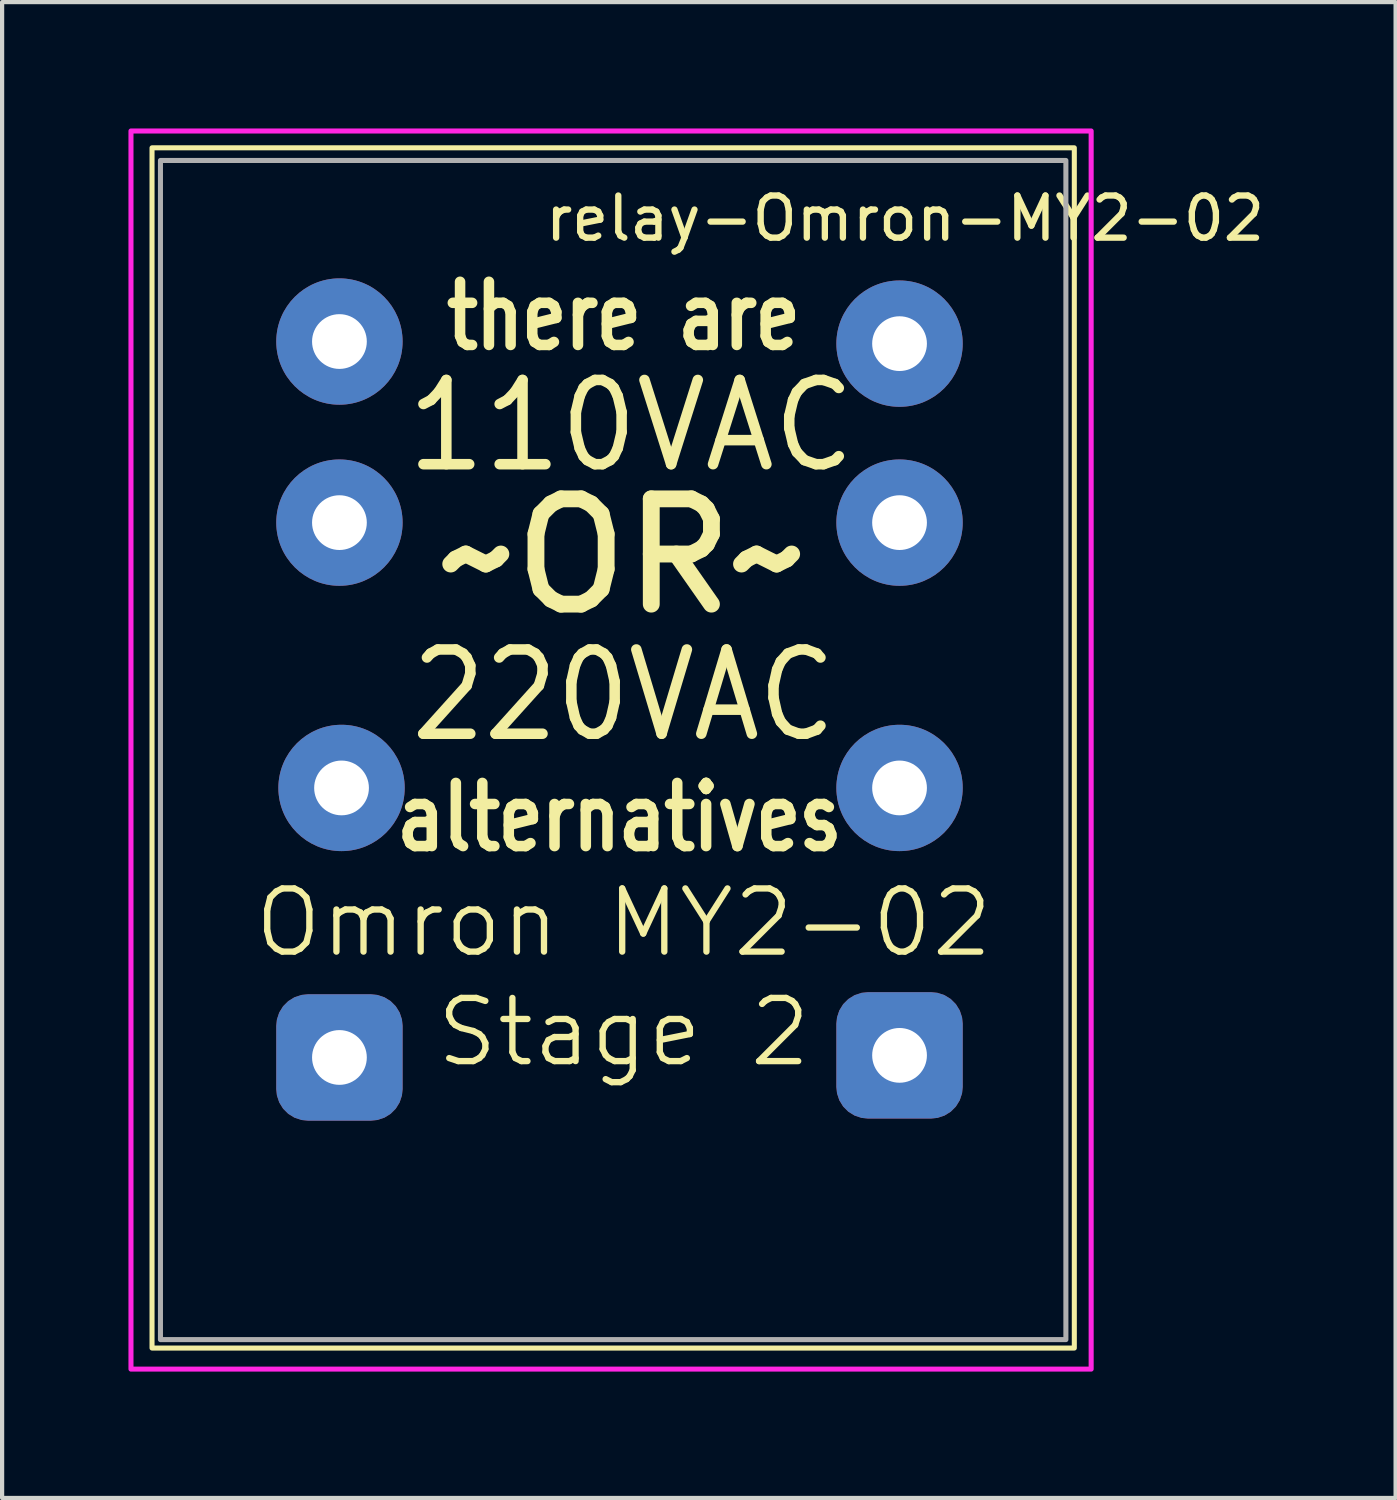
<source format=kicad_pcb>
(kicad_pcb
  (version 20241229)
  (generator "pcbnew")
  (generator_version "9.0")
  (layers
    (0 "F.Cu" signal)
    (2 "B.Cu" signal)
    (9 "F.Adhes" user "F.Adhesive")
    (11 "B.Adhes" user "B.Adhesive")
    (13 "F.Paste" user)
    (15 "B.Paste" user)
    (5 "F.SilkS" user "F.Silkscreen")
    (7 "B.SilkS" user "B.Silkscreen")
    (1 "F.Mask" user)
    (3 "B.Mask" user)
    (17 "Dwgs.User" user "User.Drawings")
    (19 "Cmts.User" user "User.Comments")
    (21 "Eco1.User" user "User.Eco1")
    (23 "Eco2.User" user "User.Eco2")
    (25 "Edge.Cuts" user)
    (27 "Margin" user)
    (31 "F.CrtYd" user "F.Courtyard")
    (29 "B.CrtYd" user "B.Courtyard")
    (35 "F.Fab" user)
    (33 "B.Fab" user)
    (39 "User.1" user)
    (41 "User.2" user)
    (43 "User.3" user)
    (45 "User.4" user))
  (footprint "relay-Omron-MY2-02"
    (layer "F.Cu")
    (at 11.76 13.76)
    (property "Reference" "relay-Omron-MY2-02" (at 6.681 -11.622 0) (unlocked yes) (layer "F.SilkS") (effects (font (size 1 1) (thickness 0.15))))
    (attr through_hole)
    (fp_rect (start -11.2 -13.3) (end 10.7 15.2) (stroke (width 0.12) (type solid)) (fill no) (layer "F.SilkS"))
    (fp_rect (start -11.7 -13.7) (end 11.1 15.7) (stroke (width 0.12) (type solid)) (fill no) (layer "F.CrtYd"))
    (fp_rect (start -11 -13) (end 10.5 15) (stroke (width 0.12) (type solid)) (fill no) (layer "F.Fab"))
    (fp_text user "Omron MY2-02" (at 0 5.1 0) (unlocked yes) (layer "F.SilkS") (effects (font (size 1.5 1.5) (thickness 0.15))))
    (fp_text user "there are" (at 0 -9.3 0) (unlocked yes) (layer "F.SilkS") (effects (font (size 1.5 1.2) (thickness 0.25))))
    (fp_text user "Stage 2" (at 0 7.7 0) (unlocked yes) (layer "F.SilkS") (effects (font (size 1.5 1.5) (thickness 0.15))))
    (fp_text user "110VAC " (at 0.9 -6.7 0) (unlocked yes) (layer "F.SilkS") (effects (font (size 2 1.9) (thickness 0.25))))
    (fp_text user "~OR~" (at 0 -3.6 0) (unlocked yes) (layer "F.SilkS") (effects (font (size 2.5 2.5) (thickness 0.4))))
    (fp_text user "220VAC" (at 0 -0.3 0) (unlocked yes) (layer "F.SilkS") (effects (font (size 2 1.8) (thickness 0.25))))
    (fp_text user "alternatives" (at -0.1 2.6 0) (unlocked yes) (layer "F.SilkS") (effects (font (size 1.5 1.2) (thickness 0.25))))
    (pad "1" thru_hole circle (at -6.75 -8.7) (size 3 3) (drill 1.3) (layers "*.Cu" "*.Mask"))
    (pad "4" thru_hole circle (at 6.55 -8.65) (size 3 3) (drill 1.3) (layers "*.Cu" "*.Mask"))
    (pad "5" thru_hole circle (at -6.75 -4.4) (size 3 3) (drill 1.3) (layers "*.Cu" "*.Mask"))
    (pad "8" thru_hole circle (at 6.55 -4.4) (size 3 3) (drill 1.3) (layers "*.Cu" "*.Mask"))
    (pad "9" thru_hole circle (at -6.7 1.9) (size 3 3) (drill 1.3) (layers "*.Cu" "*.Mask"))
    (pad "12" thru_hole circle (at 6.55 1.9) (size 3 3) (drill 1.3) (layers "*.Cu" "*.Mask"))
    (pad "13" thru_hole roundrect (at -6.75 8.3) (size 3 3) (drill 1.3) (layers "*.Cu" "*.Mask") (roundrect_rratio 0.25))
    (pad "14" thru_hole roundrect (at 6.55 8.25) (size 3 3) (drill 1.3) (layers "*.Cu" "F.Mask") (roundrect_rratio 0.25)))
  (gr_rect
    (start -3 -3)
    (end 30.089 32.52)
    (stroke (width 0.1) (type default))
    (fill no)
    (layer "Edge.Cuts")))
</source>
